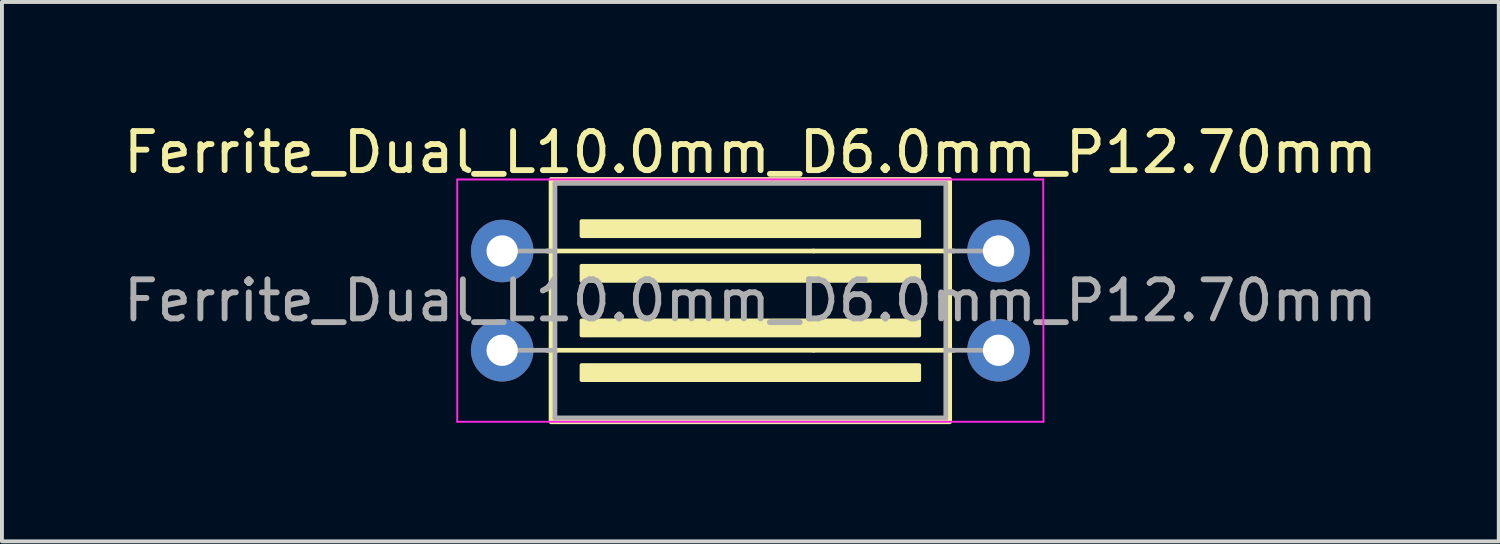
<source format=kicad_pcb>
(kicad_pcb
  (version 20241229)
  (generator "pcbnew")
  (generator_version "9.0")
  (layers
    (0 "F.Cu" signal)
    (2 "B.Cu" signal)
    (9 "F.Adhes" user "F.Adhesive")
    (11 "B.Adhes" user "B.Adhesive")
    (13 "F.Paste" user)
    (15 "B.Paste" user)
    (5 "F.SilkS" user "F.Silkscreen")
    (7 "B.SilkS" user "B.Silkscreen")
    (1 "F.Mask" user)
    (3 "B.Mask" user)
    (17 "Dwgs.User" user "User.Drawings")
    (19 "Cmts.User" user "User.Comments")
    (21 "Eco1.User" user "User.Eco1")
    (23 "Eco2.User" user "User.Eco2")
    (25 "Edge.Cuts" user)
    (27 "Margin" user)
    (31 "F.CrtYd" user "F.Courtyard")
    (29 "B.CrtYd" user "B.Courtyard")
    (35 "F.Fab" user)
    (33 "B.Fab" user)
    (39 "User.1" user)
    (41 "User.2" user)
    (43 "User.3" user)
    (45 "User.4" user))
  (footprint "Ferrite_Dual_L10.0mm_D6.0mm_P12.70mm"
    (layer "F.Cu")
    (at 9.799 4.642)
    (property "Reference" "Ferrite_Dual_L10.0mm_D6.0mm_P12.70mm" (at 6.35 -3.794 0) (layer "F.SilkS") (effects (font (size 1 1) (thickness 0.15))))
    (attr through_hole)
    (fp_line (start 1.143 -1.27) (end 1.397 -1.27) (stroke (width 0.12) (type solid)) (layer "F.SilkS"))
    (fp_line (start 1.143 1.27) (end 1.397 1.27) (stroke (width 0.12) (type solid)) (layer "F.SilkS"))
    (fp_line (start 7.964 -1.27) (end 1.397 -1.27) (stroke (width 0.12) (type solid)) (layer "F.SilkS"))
    (fp_line (start 7.964 -1.27) (end 11.303 -1.27) (stroke (width 0.12) (type solid)) (layer "F.SilkS"))
    (fp_line (start 7.964 1.27) (end 1.397 1.27) (stroke (width 0.12) (type solid)) (layer "F.SilkS"))
    (fp_line (start 7.964 1.27) (end 11.303 1.27) (stroke (width 0.12) (type solid)) (layer "F.SilkS"))
    (fp_line (start 11.557 -1.27) (end 11.303 -1.27) (stroke (width 0.12) (type solid)) (layer "F.SilkS"))
    (fp_line (start 11.557 1.27) (end 11.367 1.27) (stroke (width 0.12) (type solid)) (layer "F.SilkS"))
    (fp_rect (start 1.25 -3.1) (end 11.45 3.1) (stroke (width 0.12) (type solid)) (fill no) (layer "F.SilkS"))
    (fp_poly (pts (xy 10.668 -1.651) (xy 2.032 -1.651) (xy 2.032 -2.032) (xy 10.668 -2.032)) (stroke (width 0.1) (type solid)) (fill yes) (layer "F.SilkS"))
    (fp_poly (pts (xy 10.668 -0.508) (xy 2.032 -0.508) (xy 2.032 -0.889) (xy 10.668 -0.889)) (stroke (width 0.1) (type solid)) (fill yes) (layer "F.SilkS"))
    (fp_poly (pts (xy 10.668 0.889) (xy 2.032 0.889) (xy 2.032 0.508) (xy 10.668 0.508)) (stroke (width 0.1) (type solid)) (fill yes) (layer "F.SilkS"))
    (fp_poly (pts (xy 10.668 2.032) (xy 2.032 2.032) (xy 2.032 1.651) (xy 10.668 1.651)) (stroke (width 0.1) (type solid)) (fill yes) (layer "F.SilkS"))
    (fp_line (start -1.15 3.1) (end -1.15 -3.1) (stroke (width 0.05) (type solid)) (layer "F.CrtYd"))
    (fp_line (start -1.143 -3.1) (end 13.843 -3.1) (stroke (width 0.05) (type solid)) (layer "F.CrtYd"))
    (fp_line (start 13.843 -3.1) (end 13.85 3.1) (stroke (width 0.05) (type solid)) (layer "F.CrtYd"))
    (fp_line (start 13.843 3.1) (end -1.143 3.1) (stroke (width 0.05) (type solid)) (layer "F.CrtYd"))
    (fp_line (start 0 -1.27) (end 1.333 -1.27) (stroke (width 0.12) (type solid)) (layer "F.Fab"))
    (fp_line (start 0 1.27) (end 1.333 1.27) (stroke (width 0.12) (type solid)) (layer "F.Fab"))
    (fp_line (start 1.35 -3) (end 1.35 3) (stroke (width 0.12) (type solid)) (layer "F.Fab"))
    (fp_line (start 11.35 -3) (end 1.35 -3) (stroke (width 0.12) (type solid)) (layer "F.Fab"))
    (fp_line (start 11.35 -3) (end 11.35 3) (stroke (width 0.12) (type solid)) (layer "F.Fab"))
    (fp_line (start 11.35 3) (end 1.35 3) (stroke (width 0.12) (type solid)) (layer "F.Fab"))
    (fp_line (start 12.7 -1.27) (end 11.367 -1.27) (stroke (width 0.12) (type solid)) (layer "F.Fab"))
    (fp_line (start 12.7 1.27) (end 11.367 1.27) (stroke (width 0.12) (type solid)) (layer "F.Fab"))
    (fp_text user "${REFERENCE}" (at 6.35 0 0) (layer "F.Fab") (effects (font (size 1 1) (thickness 0.15))))
    (pad "1" thru_hole circle (at 0 -1.27) (size 1.6 1.6) (drill 0.8) (layers "*.Cu" "*.Mask"))
    (pad "2" thru_hole circle (at 0 1.27) (size 1.6 1.6) (drill 0.8) (layers "*.Cu" "*.Mask"))
    (pad "3" thru_hole circle (at 12.7 1.27 180) (size 1.6 1.6) (drill 0.8) (layers "*.Cu" "*.Mask"))
    (pad "4" thru_hole circle (at 12.7 -1.27 180) (size 1.6 1.6) (drill 0.8) (layers "*.Cu" "*.Mask")))
  (gr_rect
    (start -3 -3)
    (end 35.298 10.802)
    (stroke (width 0.1) (type default))
    (fill no)
    (layer "Edge.Cuts")))
</source>
